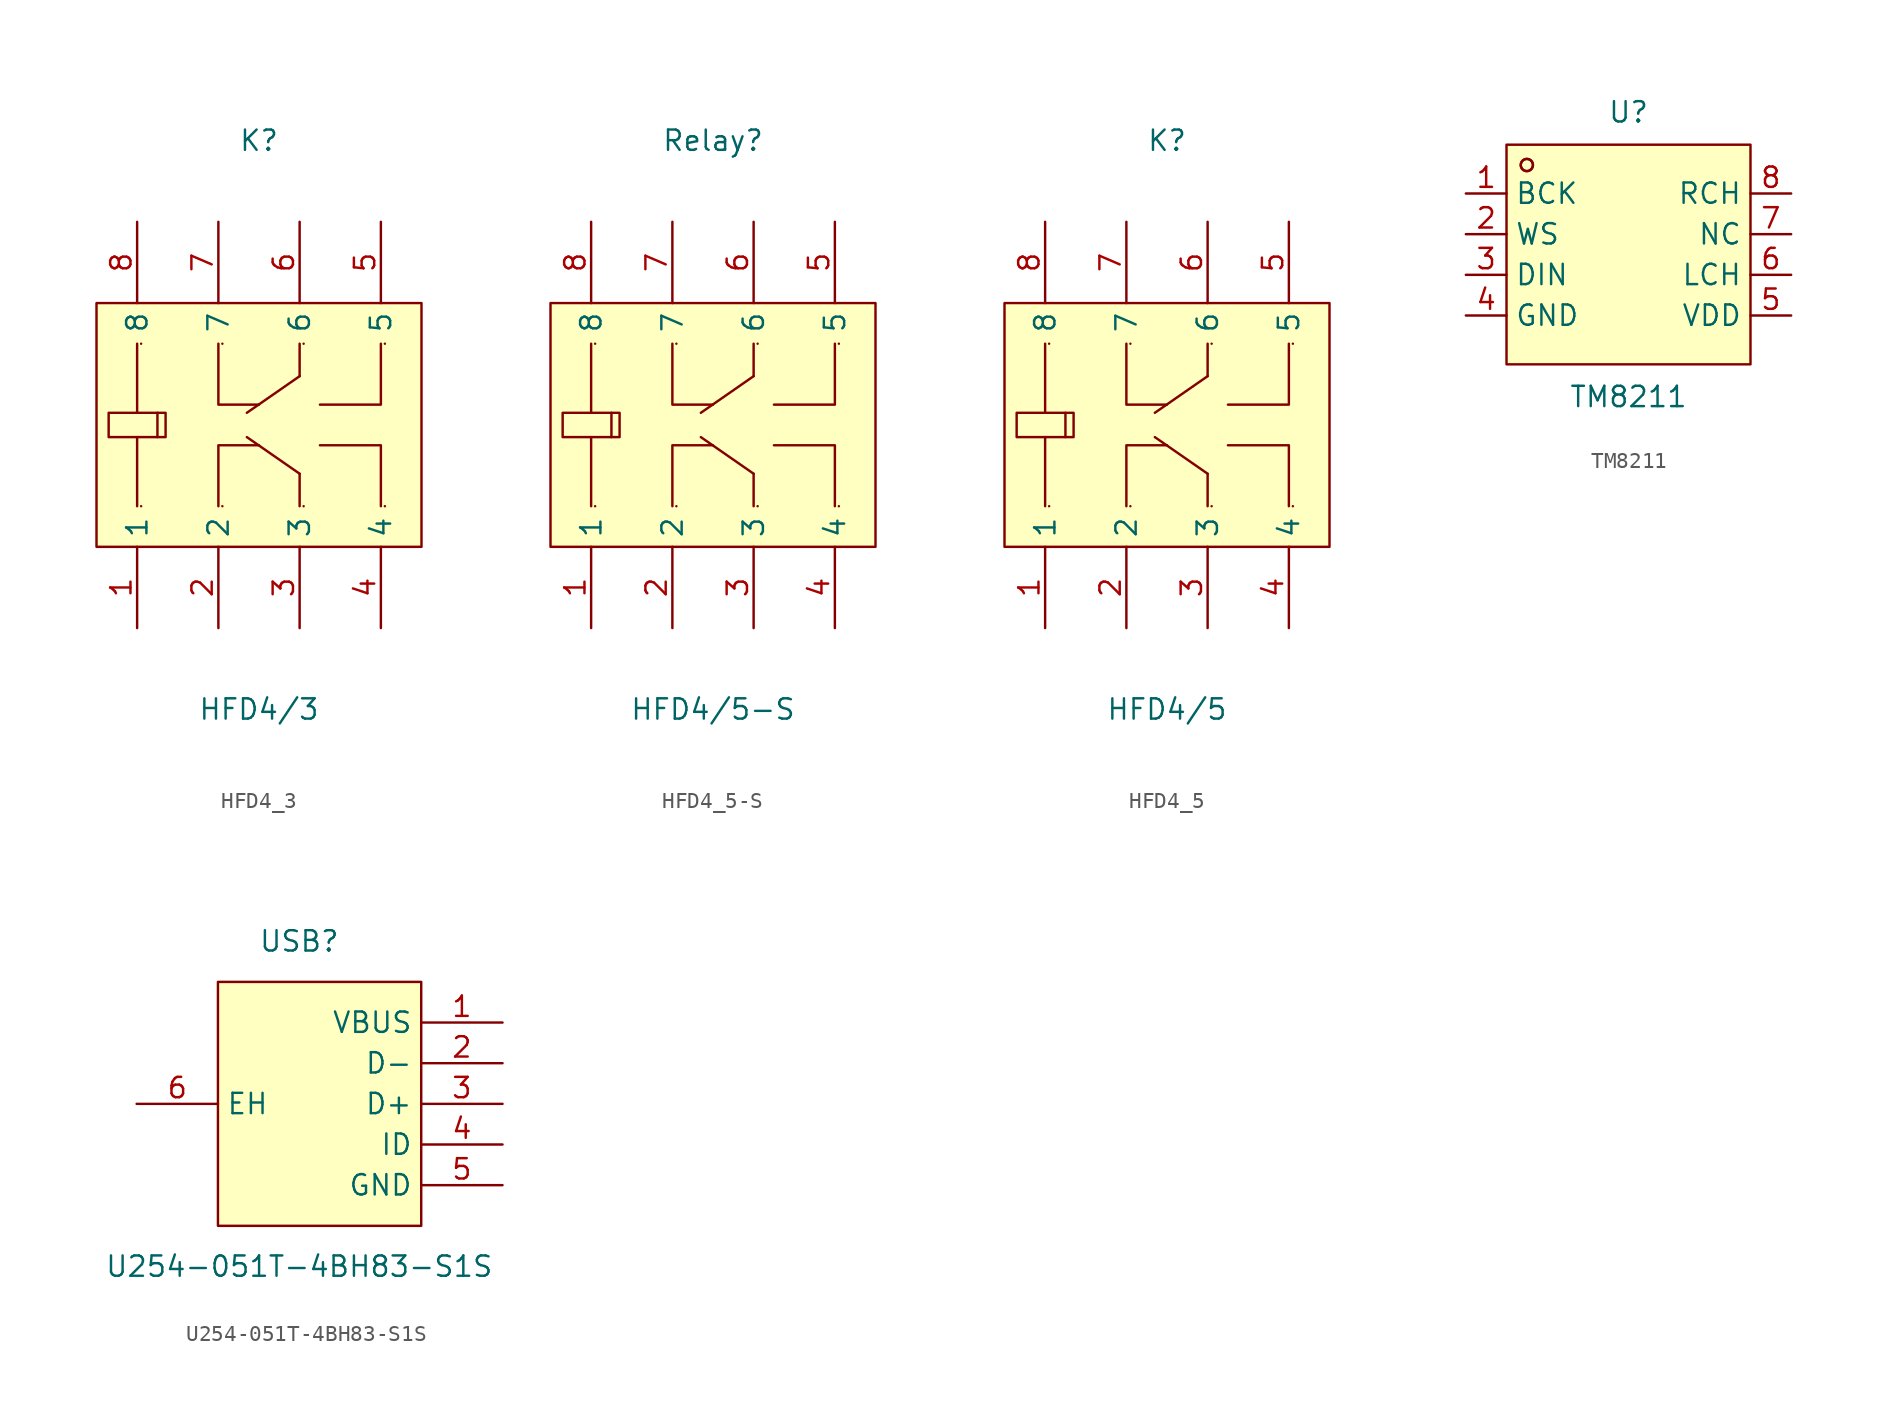
<source format=kicad_sym>
(kicad_symbol_lib
  (version 20231120)
  (generator "kicad_symbol_editor")
  (generator_version "8.99")
  (symbol "HFD4_3"
    (property "Reference" "K"
      (at 0 17.78 0)
      (effects (font (size 1.27 1.27))))
    (property "Value" "HFD4/3"
      (at 0 -17.78 0)
      (effects (font (size 1.27 1.27))))
    (symbol "HFD4_3_0_1"
      (rectangle (start -10.16 7.62) (end 10.16 -7.62) (stroke (width 0) (type default)) (fill (type background)))
      (polyline (pts (xy -9.4 -0.76) (xy -9.4 0.76) (xy -6.35 0.76) (xy -6.35 -0.76) (xy -9.4 -0.76)) (stroke (width 0) (type default)) (fill (type background)))
      (polyline (pts (xy -7.62 5.08) (xy -7.62 0.76)) (stroke (width 0) (type default)) (fill (type none)))
      (polyline (pts (xy -7.62 -0.76) (xy -7.62 -5.08)) (stroke (width 0) (type default)) (fill (type none)))
      (arc (start -7.37 5.08) (mid -7.37 5.08) (end -7.37 5.08) (stroke (width 0) (type default)) (fill (type none)))
      (arc (start -7.37 -5.08) (mid -7.37 -5.08) (end -7.37 -5.08) (stroke (width 0) (type default)) (fill (type none)))
      (polyline (pts (xy -6.35 0.76) (xy -5.84 0.76) (xy -5.84 -0.76) (xy -6.35 -0.76)) (stroke (width 0) (type default)) (fill (type none)))
      (polyline (pts (xy -2.54 5.08) (xy -2.54 1.27) (xy 0 1.27)) (stroke (width 0) (type default)) (fill (type none)))
      (polyline (pts (xy -2.54 -5.08) (xy -2.54 -1.27) (xy 0 -1.27)) (stroke (width 0) (type default)) (fill (type none)))
      (arc (start -2.29 5.08) (mid -2.29 5.08) (end -2.29 5.08) (stroke (width 0) (type default)) (fill (type none)))
      (arc (start -2.29 -5.08) (mid -2.29 -5.08) (end -2.29 -5.08) (stroke (width 0) (type default)) (fill (type none)))
      (polyline (pts (xy 2.54 5.08) (xy 2.54 3.05)) (stroke (width 0) (type default)) (fill (type none)))
      (polyline (pts (xy 2.54 3.05) (xy -0.76 0.76)) (stroke (width 0) (type default)) (fill (type none)))
      (polyline (pts (xy 2.54 -3.05) (xy -0.76 -0.76)) (stroke (width 0) (type default)) (fill (type none)))
      (polyline (pts (xy 2.54 -5.08) (xy 2.54 -3.05)) (stroke (width 0) (type default)) (fill (type none)))
      (arc (start 2.79 5.08) (mid 2.79 5.08) (end 2.79 5.08) (stroke (width 0) (type default)) (fill (type none)))
      (arc (start 2.79 -5.08) (mid 2.79 -5.08) (end 2.79 -5.08) (stroke (width 0) (type default)) (fill (type none)))
      (polyline (pts (xy 3.81 1.27) (xy 7.62 1.27) (xy 7.62 5.08)) (stroke (width 0) (type default)) (fill (type none)))
      (polyline (pts (xy 3.81 -1.27) (xy 7.62 -1.27) (xy 7.62 -5.08)) (stroke (width 0) (type default)) (fill (type none)))
      (arc (start 7.87 5.08) (mid 7.87 5.08) (end 7.87 5.08) (stroke (width 0) (type default)) (fill (type none)))
      (arc (start 7.87 -5.08) (mid 7.87 -5.08) (end 7.87 -5.08) (stroke (width 0) (type default)) (fill (type none)))
      (pin input line (at -7.62 -12.7 90) (length 5.08) (name "1" (effects (font (size 1.27 1.27)))) (number "1" (effects (font (size 1.27 1.27)))))
      (pin input line (at -2.54 -12.7 90) (length 5.08) (name "2" (effects (font (size 1.27 1.27)))) (number "2" (effects (font (size 1.27 1.27)))))
      (pin input line (at 2.54 -12.7 90) (length 5.08) (name "3" (effects (font (size 1.27 1.27)))) (number "3" (effects (font (size 1.27 1.27)))))
      (pin input line (at 7.62 -12.7 90) (length 5.08) (name "4" (effects (font (size 1.27 1.27)))) (number "4" (effects (font (size 1.27 1.27)))))
      (pin input line (at 7.62 12.7 270) (length 5.08) (name "5" (effects (font (size 1.27 1.27)))) (number "5" (effects (font (size 1.27 1.27)))))
      (pin input line (at 2.54 12.7 270) (length 5.08) (name "6" (effects (font (size 1.27 1.27)))) (number "6" (effects (font (size 1.27 1.27)))))
      (pin input line (at -2.54 12.7 270) (length 5.08) (name "7" (effects (font (size 1.27 1.27)))) (number "7" (effects (font (size 1.27 1.27)))))
      (pin input line (at -7.62 12.7 270) (length 5.08) (name "8" (effects (font (size 1.27 1.27)))) (number "8" (effects (font (size 1.27 1.27)))))))
  (symbol "HFD4_5-S"
    (property "Reference" "Relay"
      (at 0 17.78 0)
      (effects (font (size 1.27 1.27))))
    (property "Value" "HFD4/5-S"
      (at 0 -17.78 0)
      (effects (font (size 1.27 1.27))))
    (symbol "HFD4_5-S_0_1"
      (rectangle (start -10.16 7.62) (end 10.16 -7.62) (stroke (width 0) (type default)) (fill (type background)))
      (polyline (pts (xy -9.4 -0.76) (xy -9.4 0.76) (xy -6.35 0.76) (xy -6.35 -0.76) (xy -9.4 -0.76)) (stroke (width 0) (type default)) (fill (type background)))
      (polyline (pts (xy -7.62 5.08) (xy -7.62 0.76)) (stroke (width 0) (type default)) (fill (type none)))
      (polyline (pts (xy -7.62 -0.76) (xy -7.62 -5.08)) (stroke (width 0) (type default)) (fill (type none)))
      (arc (start -7.37 5.08) (mid -7.37 5.08) (end -7.37 5.08) (stroke (width 0) (type default)) (fill (type none)))
      (arc (start -7.37 -5.08) (mid -7.37 -5.08) (end -7.37 -5.08) (stroke (width 0) (type default)) (fill (type none)))
      (polyline (pts (xy -6.35 0.76) (xy -5.84 0.76) (xy -5.84 -0.76) (xy -6.35 -0.76)) (stroke (width 0) (type default)) (fill (type none)))
      (polyline (pts (xy -2.54 5.08) (xy -2.54 1.27) (xy 0 1.27)) (stroke (width 0) (type default)) (fill (type none)))
      (polyline (pts (xy -2.54 -5.08) (xy -2.54 -1.27) (xy 0 -1.27)) (stroke (width 0) (type default)) (fill (type none)))
      (arc (start -2.29 5.08) (mid -2.29 5.08) (end -2.29 5.08) (stroke (width 0) (type default)) (fill (type none)))
      (arc (start -2.29 -5.08) (mid -2.29 -5.08) (end -2.29 -5.08) (stroke (width 0) (type default)) (fill (type none)))
      (polyline (pts (xy 2.54 5.08) (xy 2.54 3.05)) (stroke (width 0) (type default)) (fill (type none)))
      (polyline (pts (xy 2.54 3.05) (xy -0.76 0.76)) (stroke (width 0) (type default)) (fill (type none)))
      (polyline (pts (xy 2.54 -3.05) (xy -0.76 -0.76)) (stroke (width 0) (type default)) (fill (type none)))
      (polyline (pts (xy 2.54 -5.08) (xy 2.54 -3.05)) (stroke (width 0) (type default)) (fill (type none)))
      (arc (start 2.79 5.08) (mid 2.79 5.08) (end 2.79 5.08) (stroke (width 0) (type default)) (fill (type none)))
      (arc (start 2.79 -5.08) (mid 2.79 -5.08) (end 2.79 -5.08) (stroke (width 0) (type default)) (fill (type none)))
      (polyline (pts (xy 3.81 1.27) (xy 7.62 1.27) (xy 7.62 5.08)) (stroke (width 0) (type default)) (fill (type none)))
      (polyline (pts (xy 3.81 -1.27) (xy 7.62 -1.27) (xy 7.62 -5.08)) (stroke (width 0) (type default)) (fill (type none)))
      (arc (start 7.87 5.08) (mid 7.87 5.08) (end 7.87 5.08) (stroke (width 0) (type default)) (fill (type none)))
      (arc (start 7.87 -5.08) (mid 7.87 -5.08) (end 7.87 -5.08) (stroke (width 0) (type default)) (fill (type none)))
      (pin input line (at -7.62 -12.7 90) (length 5.08) (name "1" (effects (font (size 1.27 1.27)))) (number "1" (effects (font (size 1.27 1.27)))))
      (pin input line (at -2.54 -12.7 90) (length 5.08) (name "2" (effects (font (size 1.27 1.27)))) (number "2" (effects (font (size 1.27 1.27)))))
      (pin input line (at 2.54 -12.7 90) (length 5.08) (name "3" (effects (font (size 1.27 1.27)))) (number "3" (effects (font (size 1.27 1.27)))))
      (pin input line (at 7.62 -12.7 90) (length 5.08) (name "4" (effects (font (size 1.27 1.27)))) (number "4" (effects (font (size 1.27 1.27)))))
      (pin input line (at 7.62 12.7 270) (length 5.08) (name "5" (effects (font (size 1.27 1.27)))) (number "5" (effects (font (size 1.27 1.27)))))
      (pin input line (at 2.54 12.7 270) (length 5.08) (name "6" (effects (font (size 1.27 1.27)))) (number "6" (effects (font (size 1.27 1.27)))))
      (pin input line (at -2.54 12.7 270) (length 5.08) (name "7" (effects (font (size 1.27 1.27)))) (number "7" (effects (font (size 1.27 1.27)))))
      (pin input line (at -7.62 12.7 270) (length 5.08) (name "8" (effects (font (size 1.27 1.27)))) (number "8" (effects (font (size 1.27 1.27)))))))
  (symbol "HFD4_5"
    (property "Reference" "K"
      (at 0 17.78 0)
      (effects (font (size 1.27 1.27))))
    (property "Value" "HFD4/5"
      (at 0 -17.78 0)
      (effects (font (size 1.27 1.27))))
    (symbol "HFD4_5_0_1"
      (rectangle (start -10.16 7.62) (end 10.16 -7.62) (stroke (width 0) (type default)) (fill (type background)))
      (polyline (pts (xy -9.4 -0.76) (xy -9.4 0.76) (xy -6.35 0.76) (xy -6.35 -0.76) (xy -9.4 -0.76)) (stroke (width 0) (type default)) (fill (type background)))
      (polyline (pts (xy -7.62 5.08) (xy -7.62 0.76)) (stroke (width 0) (type default)) (fill (type none)))
      (polyline (pts (xy -7.62 -0.76) (xy -7.62 -5.08)) (stroke (width 0) (type default)) (fill (type none)))
      (arc (start -7.37 5.08) (mid -7.37 5.08) (end -7.37 5.08) (stroke (width 0) (type default)) (fill (type none)))
      (arc (start -7.37 -5.08) (mid -7.37 -5.08) (end -7.37 -5.08) (stroke (width 0) (type default)) (fill (type none)))
      (polyline (pts (xy -6.35 0.76) (xy -5.84 0.76) (xy -5.84 -0.76) (xy -6.35 -0.76)) (stroke (width 0) (type default)) (fill (type none)))
      (polyline (pts (xy -2.54 5.08) (xy -2.54 1.27) (xy 0 1.27)) (stroke (width 0) (type default)) (fill (type none)))
      (polyline (pts (xy -2.54 -5.08) (xy -2.54 -1.27) (xy 0 -1.27)) (stroke (width 0) (type default)) (fill (type none)))
      (arc (start -2.29 5.08) (mid -2.29 5.08) (end -2.29 5.08) (stroke (width 0) (type default)) (fill (type none)))
      (arc (start -2.29 -5.08) (mid -2.29 -5.08) (end -2.29 -5.08) (stroke (width 0) (type default)) (fill (type none)))
      (polyline (pts (xy 2.54 5.08) (xy 2.54 3.05)) (stroke (width 0) (type default)) (fill (type none)))
      (polyline (pts (xy 2.54 3.05) (xy -0.76 0.76)) (stroke (width 0) (type default)) (fill (type none)))
      (polyline (pts (xy 2.54 -3.05) (xy -0.76 -0.76)) (stroke (width 0) (type default)) (fill (type none)))
      (polyline (pts (xy 2.54 -5.08) (xy 2.54 -3.05)) (stroke (width 0) (type default)) (fill (type none)))
      (arc (start 2.79 5.08) (mid 2.79 5.08) (end 2.79 5.08) (stroke (width 0) (type default)) (fill (type none)))
      (arc (start 2.79 -5.08) (mid 2.79 -5.08) (end 2.79 -5.08) (stroke (width 0) (type default)) (fill (type none)))
      (polyline (pts (xy 3.81 1.27) (xy 7.62 1.27) (xy 7.62 5.08)) (stroke (width 0) (type default)) (fill (type none)))
      (polyline (pts (xy 3.81 -1.27) (xy 7.62 -1.27) (xy 7.62 -5.08)) (stroke (width 0) (type default)) (fill (type none)))
      (arc (start 7.87 5.08) (mid 7.87 5.08) (end 7.87 5.08) (stroke (width 0) (type default)) (fill (type none)))
      (arc (start 7.87 -5.08) (mid 7.87 -5.08) (end 7.87 -5.08) (stroke (width 0) (type default)) (fill (type none)))
      (pin input line (at -7.62 -12.7 90) (length 5.08) (name "1" (effects (font (size 1.27 1.27)))) (number "1" (effects (font (size 1.27 1.27)))))
      (pin input line (at -2.54 -12.7 90) (length 5.08) (name "2" (effects (font (size 1.27 1.27)))) (number "2" (effects (font (size 1.27 1.27)))))
      (pin input line (at 2.54 -12.7 90) (length 5.08) (name "3" (effects (font (size 1.27 1.27)))) (number "3" (effects (font (size 1.27 1.27)))))
      (pin input line (at 7.62 -12.7 90) (length 5.08) (name "4" (effects (font (size 1.27 1.27)))) (number "4" (effects (font (size 1.27 1.27)))))
      (pin input line (at 7.62 12.7 270) (length 5.08) (name "5" (effects (font (size 1.27 1.27)))) (number "5" (effects (font (size 1.27 1.27)))))
      (pin input line (at 2.54 12.7 270) (length 5.08) (name "6" (effects (font (size 1.27 1.27)))) (number "6" (effects (font (size 1.27 1.27)))))
      (pin input line (at -2.54 12.7 270) (length 5.08) (name "7" (effects (font (size 1.27 1.27)))) (number "7" (effects (font (size 1.27 1.27)))))
      (pin input line (at -7.62 12.7 270) (length 5.08) (name "8" (effects (font (size 1.27 1.27)))) (number "8" (effects (font (size 1.27 1.27)))))))
  (symbol "TM8211"
    (property "Reference" "U"
      (at 0 8.89 0)
      (effects (font (size 1.27 1.27))))
    (property "Value" "TM8211"
      (at 0 -8.89 0)
      (effects (font (size 1.27 1.27))))
    (symbol "TM8211_0_1"
      (rectangle (start -7.62 6.86) (end 7.62 -6.86) (stroke (width 0) (type default)) (fill (type background)))
      (circle (center -6.35 5.59) (radius 0.38) (stroke (width 0) (type default)) (fill (type none)))
      (circle (center -6.35 5.59) (radius 0.38) (stroke (width 0) (type default)) (fill (type none)))
      (pin unspecified line (at -10.16 3.81 0) (length 2.54) (name "BCK" (effects (font (size 1.27 1.27)))) (number "1" (effects (font (size 1.27 1.27)))))
      (pin unspecified line (at -10.16 1.27 0) (length 2.54) (name "WS" (effects (font (size 1.27 1.27)))) (number "2" (effects (font (size 1.27 1.27)))))
      (pin unspecified line (at -10.16 -1.27 0) (length 2.54) (name "DIN" (effects (font (size 1.27 1.27)))) (number "3" (effects (font (size 1.27 1.27)))))
      (pin unspecified line (at -10.16 -3.81 0) (length 2.54) (name "GND" (effects (font (size 1.27 1.27)))) (number "4" (effects (font (size 1.27 1.27)))))
      (pin unspecified line (at 10.16 -3.81 180) (length 2.54) (name "VDD" (effects (font (size 1.27 1.27)))) (number "5" (effects (font (size 1.27 1.27)))))
      (pin unspecified line (at 10.16 -1.27 180) (length 2.54) (name "LCH" (effects (font (size 1.27 1.27)))) (number "6" (effects (font (size 1.27 1.27)))))
      (pin unspecified line (at 10.16 1.27 180) (length 2.54) (name "NC" (effects (font (size 1.27 1.27)))) (number "7" (effects (font (size 1.27 1.27)))))
      (pin unspecified line (at 10.16 3.81 180) (length 2.54) (name "RCH" (effects (font (size 1.27 1.27)))) (number "8" (effects (font (size 1.27 1.27)))))))
  (symbol "U254-051T-4BH83-S1S"
    (property "Reference" "USB"
      (at 0 10.16 0)
      (effects (font (size 1.27 1.27))))
    (property "Value" "U254-051T-4BH83-S1S"
      (at 0 -10.16 0)
      (effects (font (size 1.27 1.27))))
    (symbol "U254-051T-4BH83-S1S_0_1"
      (rectangle (start -5.08 7.62) (end 7.62 -7.62) (stroke (width 0) (type default)) (fill (type background)))
      (pin input line (at 12.7 5.08 180) (length 5.08) (name "VBUS" (effects (font (size 1.27 1.27)))) (number "1" (effects (font (size 1.27 1.27)))))
      (pin input line (at 12.7 2.54 180) (length 5.08) (name "D-" (effects (font (size 1.27 1.27)))) (number "2" (effects (font (size 1.27 1.27)))))
      (pin input line (at 12.7 0 180) (length 5.08) (name "D+" (effects (font (size 1.27 1.27)))) (number "3" (effects (font (size 1.27 1.27)))))
      (pin input line (at 12.7 -2.54 180) (length 5.08) (name "ID" (effects (font (size 1.27 1.27)))) (number "4" (effects (font (size 1.27 1.27)))))
      (pin input line (at 12.7 -5.08 180) (length 5.08) (name "GND" (effects (font (size 1.27 1.27)))) (number "5" (effects (font (size 1.27 1.27)))))
      (pin input line (at -10.16 0 0) (length 5.08) (name "EH" (effects (font (size 1.27 1.27)))) (number "6" (effects (font (size 1.27 1.27))))))))
</source>
